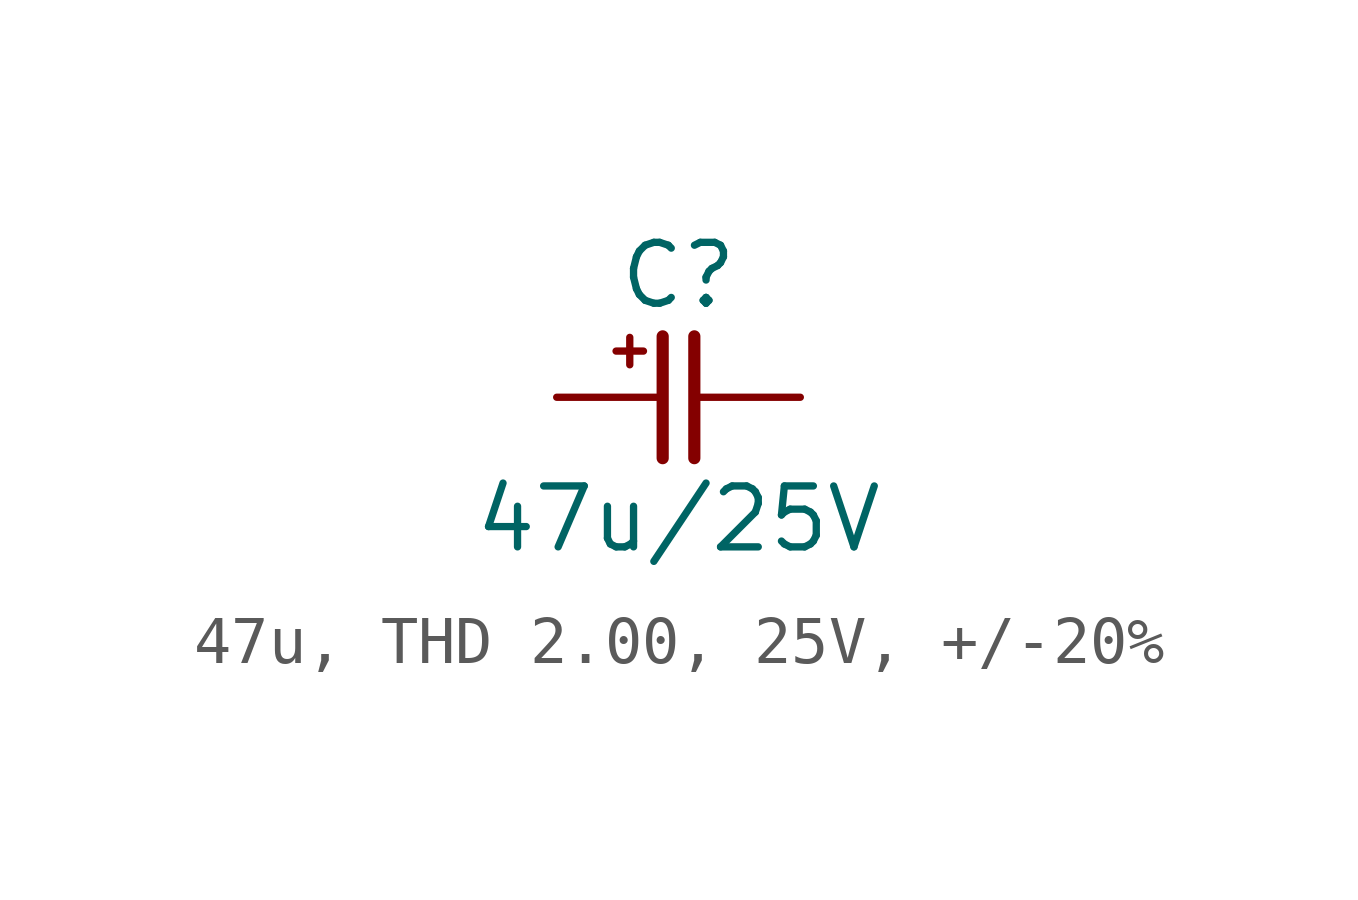
<source format=kicad_sym>
(kicad_symbol_lib
  (version 20220914)
  (generator kicad_symbol_editor)
  (symbol "47u, THD 2.00, 25V, +/-20%"
    (pin_numbers hide)
    (pin_names
      (offset 0) hide)
    (property "Reference" "C"
      (at 0 2.54 0)
      (effects (font (size 1.27 1.27))))
    (property "Value" "47u/25V"
      (at 0 -2.54 0)
      (effects (font (size 1.27 1.27))))
    (symbol "47u, THD 2.00, 25V, +/-20%_0_0"
      (text "+" (at -1.016 1.016 0) (effects (font (size 0.75 0.75)))))
    (symbol "47u, THD 2.00, 25V, +/-20%_0_1"
      (polyline (pts (xy -0.33 1.27) (xy -0.33 -1.27)) (stroke (width 0.254) (type default)) (fill (type none)))
      (polyline (pts (xy 0.33 1.27) (xy 0.33 -1.27)) (stroke (width 0.254) (type default)) (fill (type none))))
    (symbol "47u, THD 2.00, 25V, +/-20%_1_1"
      (pin passive line (at -2.54 0 0) (length 2.21) (name "1" (effects (font (size 1.27 1.27)))) (number "1" (effects (font (size 1.27 1.27)))))
      (pin passive line (at 2.54 0 180) (length 2.21) (name "2" (effects (font (size 1.27 1.27)))) (number "2" (effects (font (size 1.27 1.27))))))))
</source>
